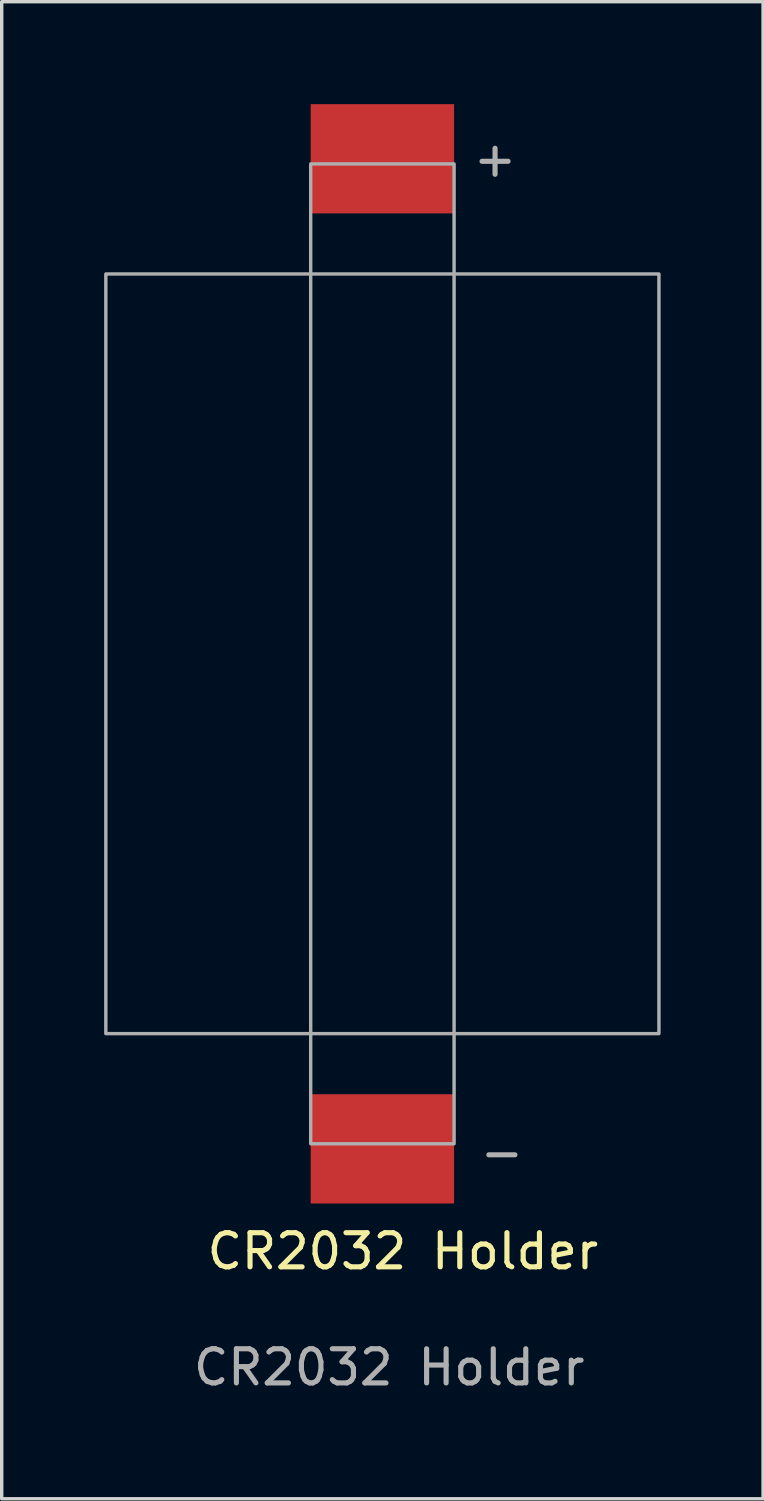
<source format=kicad_pcb>
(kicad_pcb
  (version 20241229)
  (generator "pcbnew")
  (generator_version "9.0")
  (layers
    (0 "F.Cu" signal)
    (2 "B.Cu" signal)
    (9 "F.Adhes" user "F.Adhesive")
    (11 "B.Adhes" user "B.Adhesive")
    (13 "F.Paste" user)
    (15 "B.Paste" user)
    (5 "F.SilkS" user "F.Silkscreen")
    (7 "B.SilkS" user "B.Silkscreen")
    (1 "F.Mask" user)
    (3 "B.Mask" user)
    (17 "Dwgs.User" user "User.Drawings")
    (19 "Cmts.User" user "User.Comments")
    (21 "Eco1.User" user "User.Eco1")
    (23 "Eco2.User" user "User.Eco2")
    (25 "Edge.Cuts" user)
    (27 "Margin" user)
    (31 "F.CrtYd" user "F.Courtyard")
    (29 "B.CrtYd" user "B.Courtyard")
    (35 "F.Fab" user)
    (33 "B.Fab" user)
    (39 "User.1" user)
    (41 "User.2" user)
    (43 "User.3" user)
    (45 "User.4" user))
  (footprint "CR2032 Holder"
    (layer "F.Cu")
    (at 8.15 16.1)
    (property "Reference" "CR2032 Holder" (at 0.6 17.5 0) (unlocked yes) (layer "F.SilkS") (effects (font (size 1 1) (thickness 0.15))))
    (attr smd)
    (fp_rect (start -8.1 -11.125) (end 8.1 11.125) (stroke (width 0.1) (type solid)) (fill no) (layer "F.Fab"))
    (fp_rect (start -2.1 -14.35) (end 2.1 14.35) (stroke (width 0.1) (type solid)) (fill no) (layer "F.Fab"))
    (fp_text user "${REFERENCE}" (at 0.2 20.9 0) (unlocked yes) (layer "F.Fab") (effects (font (size 1 1) (thickness 0.15))))
    (fp_text user "-" (at 3.5 14.6 0) (unlocked yes) (layer "F.Fab") (effects (font (size 1 1) (thickness 0.15))))
    (fp_text user "+" (at 3.3 -14.5 0) (unlocked yes) (layer "F.Fab") (effects (font (size 1 1) (thickness 0.15))))
    (pad "1" smd rect (at 0 -14.5) (size 4.2 3.2) (layers "F.Cu" "F.Mask" "F.Paste"))
    (pad "2" smd rect (at 0 14.5) (size 4.2 3.2) (layers "F.Cu" "F.Mask" "F.Paste")))
  (gr_rect
    (start -3 -3)
    (end 19.3 40.848)
    (stroke (width 0.1) (type default))
    (fill no)
    (layer "Edge.Cuts")))
</source>
